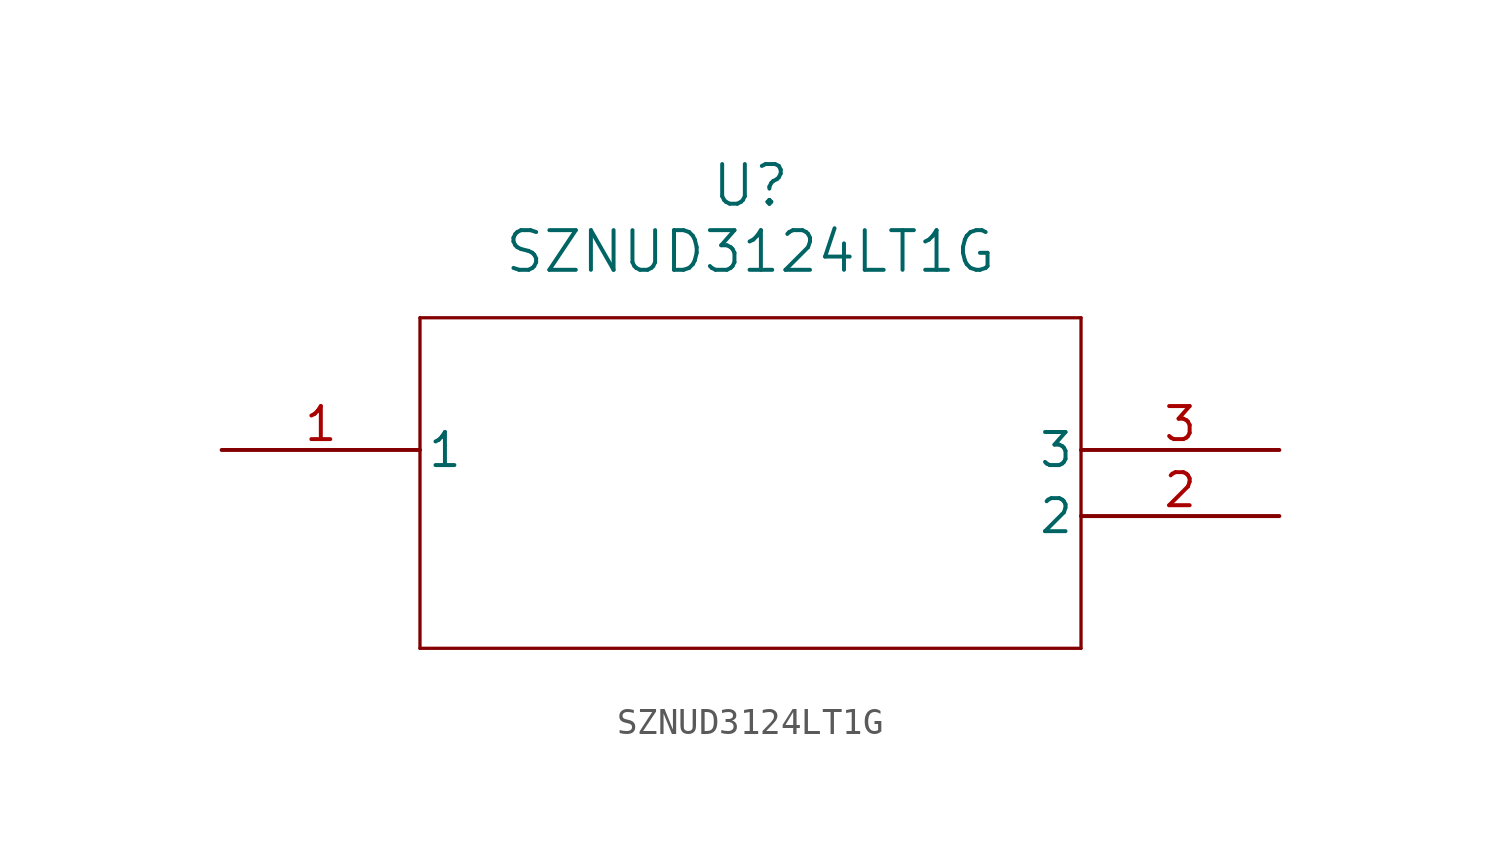
<source format=kicad_sym>
(kicad_symbol_lib
  (version 20211014)
  (generator kicad_symbol_editor)
  (symbol "SZNUD3124LT1G"
    (pin_names
      (offset 0.254))
    (property "Reference" "U"
      (at 20.32 10.16 0)
      (effects (font (size 1.524 1.524))))
    (property "Value" "SZNUD3124LT1G"
      (at 20.32 7.62 0)
      (effects (font (size 1.524 1.524))))
    (symbol "SZNUD3124LT1G_0_1"
      (polyline (pts (xy 7.62 5.08) (xy 7.62 -7.62)) (stroke (width 0.127) (type default) (color 0 0 0 0)) (fill (type none)))
      (polyline (pts (xy 7.62 -7.62) (xy 33.02 -7.62)) (stroke (width 0.127) (type default) (color 0 0 0 0)) (fill (type none)))
      (polyline (pts (xy 33.02 -7.62) (xy 33.02 5.08)) (stroke (width 0.127) (type default) (color 0 0 0 0)) (fill (type none)))
      (polyline (pts (xy 33.02 5.08) (xy 7.62 5.08)) (stroke (width 0.127) (type default) (color 0 0 0 0)) (fill (type none)))
      (pin unspecified line (at 0 0 0) (length 7.62) (name "1" (effects (font (size 1.27 1.27)))) (number "1" (effects (font (size 1.27 1.27)))))
      (pin unspecified line (at 40.64 -2.54 180) (length 7.62) (name "2" (effects (font (size 1.27 1.27)))) (number "2" (effects (font (size 1.27 1.27)))))
      (pin unspecified line (at 40.64 0 180) (length 7.62) (name "3" (effects (font (size 1.27 1.27)))) (number "3" (effects (font (size 1.27 1.27))))))))
</source>
